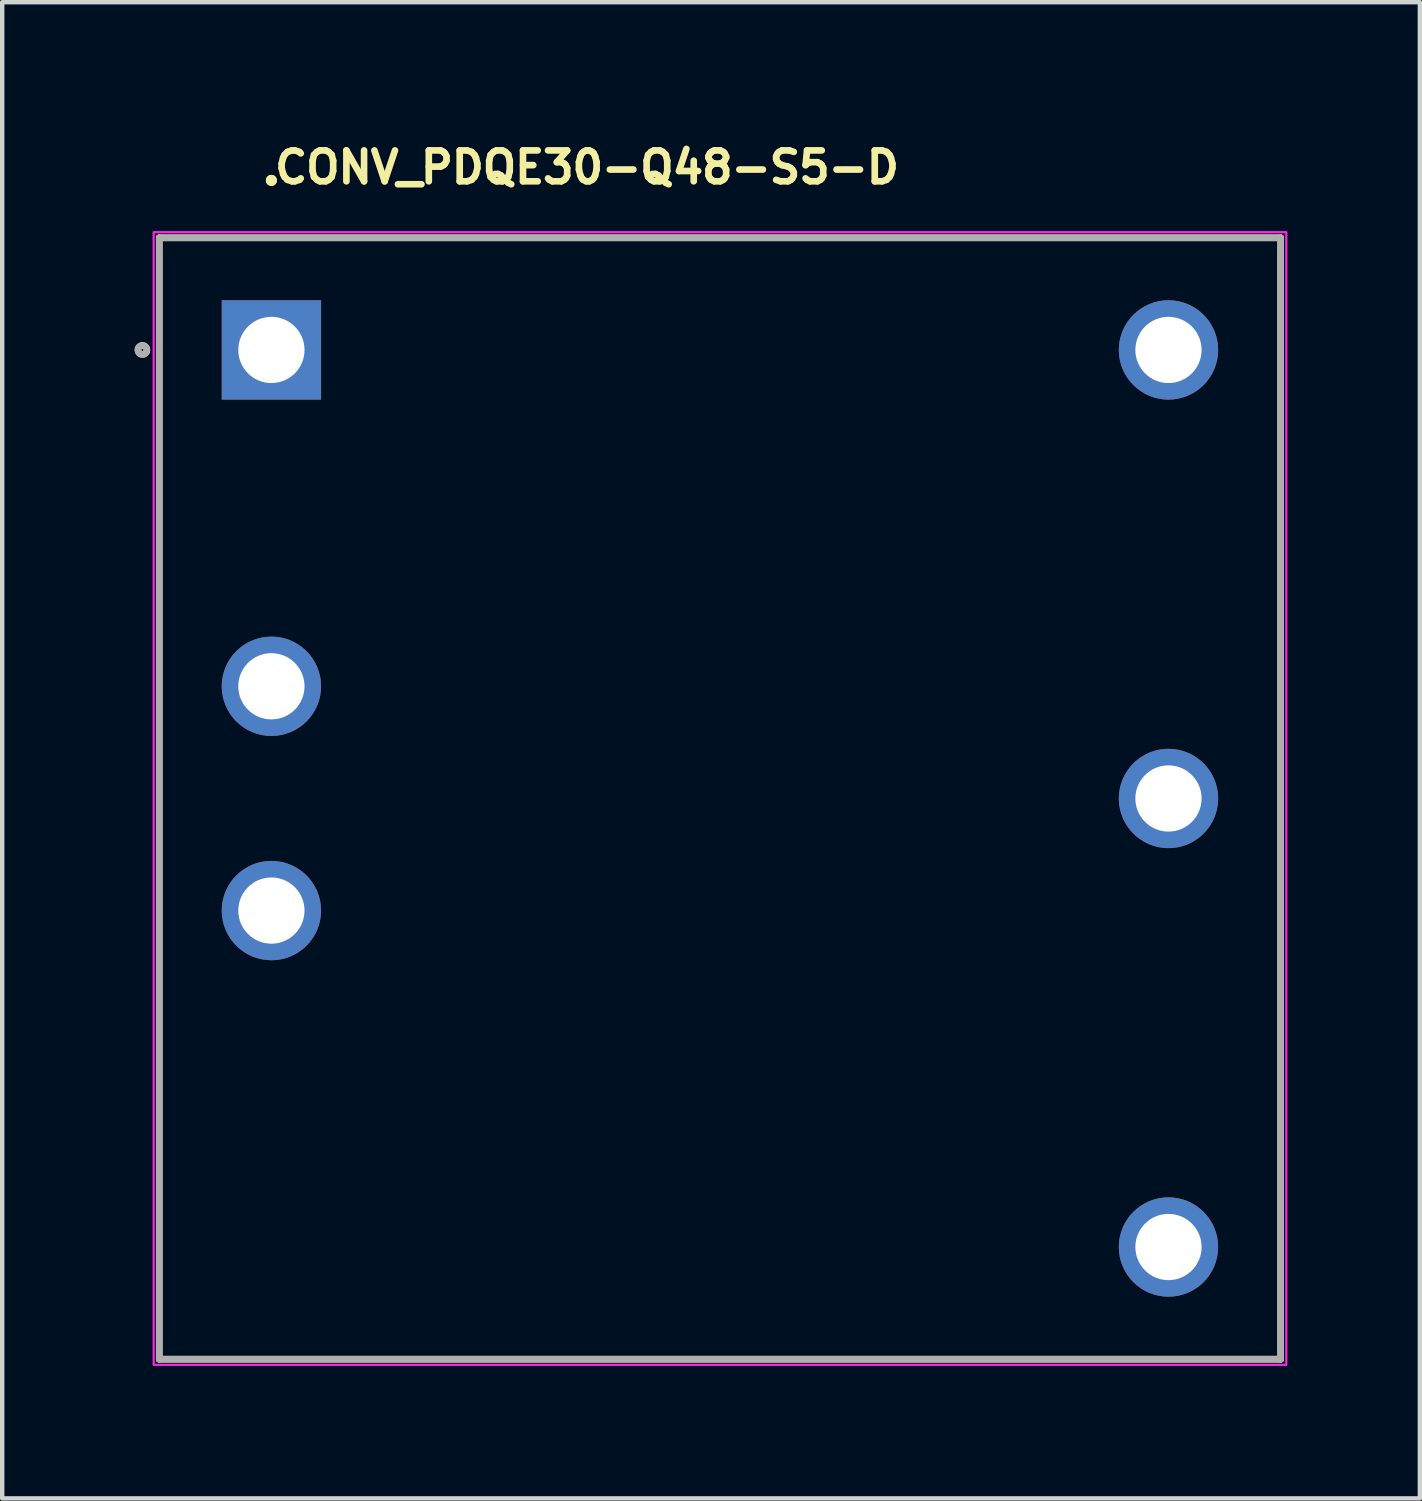
<source format=kicad_pcb>
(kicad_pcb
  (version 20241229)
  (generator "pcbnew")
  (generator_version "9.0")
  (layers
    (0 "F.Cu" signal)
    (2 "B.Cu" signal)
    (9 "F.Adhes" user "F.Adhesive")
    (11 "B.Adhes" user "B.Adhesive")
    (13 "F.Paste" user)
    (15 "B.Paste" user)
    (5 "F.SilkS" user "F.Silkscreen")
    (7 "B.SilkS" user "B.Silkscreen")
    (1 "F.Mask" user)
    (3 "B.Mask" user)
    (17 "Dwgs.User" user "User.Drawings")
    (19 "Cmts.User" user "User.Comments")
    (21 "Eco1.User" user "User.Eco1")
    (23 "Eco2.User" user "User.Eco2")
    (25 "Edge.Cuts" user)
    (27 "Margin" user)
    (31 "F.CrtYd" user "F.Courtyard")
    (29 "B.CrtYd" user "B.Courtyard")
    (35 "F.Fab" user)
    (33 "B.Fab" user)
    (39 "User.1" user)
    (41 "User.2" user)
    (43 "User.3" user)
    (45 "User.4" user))
  (footprint "CONV_PDQE30-Q48-S5-D"
    (layer "F.Cu")
    (at 3.097 4.876)
    (property "Reference" "CONV_PDQE30-Q48-S5-D" (at 0 -3.726 0) (layer "F.SilkS") (effects (font (size 0.7 0.7) (thickness 0.15)) (justify left bottom)))
    (attr through_hole)
    (fp_line (start -2.54 -2.54) (end 22.859 -2.54) (stroke (width 0.15) (type solid)) (layer "F.SilkS"))
    (fp_line (start -2.54 22.859) (end -2.54 -2.54) (stroke (width 0.15) (type solid)) (layer "F.SilkS"))
    (fp_line (start 22.859 -2.54) (end 22.859 22.859) (stroke (width 0.15) (type solid)) (layer "F.SilkS"))
    (fp_line (start 22.859 22.859) (end -2.54 22.859) (stroke (width 0.15) (type solid)) (layer "F.SilkS"))
    (fp_circle (center -2.921 0) (end -2.82 0) (stroke (width 0.15) (type solid)) (fill no) (layer "F.SilkS"))
    (fp_circle (center 0 -3.84) (end 0.05 -3.84) (stroke (width 0.15) (type solid)) (fill yes) (layer "F.SilkS"))
    (fp_circle (center 0 -3.84) (end 0.05 -3.84) (stroke (width 0.15) (type solid)) (fill yes) (layer "F.SilkS"))
    (fp_rect (start -2.667 -2.667) (end 22.987 22.987) (stroke (width 0.05) (type solid)) (fill no) (layer "F.CrtYd"))
    (fp_line (start -2.54 -2.54) (end 22.859 -2.54) (stroke (width 0.15) (type solid)) (layer "F.Fab"))
    (fp_line (start -2.54 22.859) (end -2.54 -2.54) (stroke (width 0.15) (type solid)) (layer "F.Fab"))
    (fp_line (start 22.859 -2.54) (end 22.859 22.859) (stroke (width 0.15) (type solid)) (layer "F.Fab"))
    (fp_line (start 22.859 22.859) (end -2.54 22.859) (stroke (width 0.15) (type solid)) (layer "F.Fab"))
    (fp_circle (center -2.921 0) (end -2.82 0) (stroke (width 0.15) (type solid)) (fill no) (layer "F.Fab"))
    (fp_rect (start -2.54 -2.54) (end 22.859 22.859) (stroke (width 0.1) (type solid)) (fill no) (layer "User.5"))
    (fp_rect (start -2.54 -2.54) (end 22.859 22.859) (stroke (width 0.1) (type solid)) (fill no) (layer "User.5"))
    (fp_rect (start -2.54 -2.54) (end 22.859 22.859) (stroke (width 0.1) (type solid)) (fill no) (layer "User.5"))
    (fp_line (start -2.54 -2.182) (end -2.54 -2.161) (stroke (width 0.02) (type solid)) (layer "User.9"))
    (fp_line (start -2.54 -2.161) (end -2.54 -2.141) (stroke (width 0.02) (type solid)) (layer "User.9"))
    (fp_line (start -2.54 22.46) (end -2.54 -2.141) (stroke (width 0.02) (type solid)) (layer "User.9"))
    (fp_line (start -2.54 22.46) (end -2.54 22.478) (stroke (width 0.02) (type solid)) (layer "User.9"))
    (fp_line (start -2.54 22.478) (end -2.54 22.498) (stroke (width 0.02) (type solid)) (layer "User.9"))
    (fp_line (start -2.54 22.498) (end -2.536 22.518) (stroke (width 0.02) (type solid)) (layer "User.9"))
    (fp_line (start -2.536 -2.202) (end -2.54 -2.182) (stroke (width 0.02) (type solid)) (layer "User.9"))
    (fp_line (start -2.536 22.518) (end -2.532 22.539) (stroke (width 0.02) (type solid)) (layer "User.9"))
    (fp_line (start -2.532 -2.222) (end -2.536 -2.202) (stroke (width 0.02) (type solid)) (layer "User.9"))
    (fp_line (start -2.532 22.539) (end -2.528 22.559) (stroke (width 0.02) (type solid)) (layer "User.9"))
    (fp_line (start -2.528 -2.242) (end -2.532 -2.222) (stroke (width 0.02) (type solid)) (layer "User.9"))
    (fp_line (start -2.528 22.559) (end -2.524 22.577) (stroke (width 0.02) (type solid)) (layer "User.9"))
    (fp_line (start -2.524 -2.259) (end -2.528 -2.242) (stroke (width 0.02) (type solid)) (layer "User.9"))
    (fp_line (start -2.524 22.577) (end -2.516 22.597) (stroke (width 0.02) (type solid)) (layer "User.9"))
    (fp_line (start -2.516 -2.278) (end -2.524 -2.259) (stroke (width 0.02) (type solid)) (layer "User.9"))
    (fp_line (start -2.516 22.597) (end -2.509 22.614) (stroke (width 0.02) (type solid)) (layer "User.9"))
    (fp_line (start -2.509 -2.298) (end -2.516 -2.278) (stroke (width 0.02) (type solid)) (layer "User.9"))
    (fp_line (start -2.509 22.614) (end -2.501 22.632) (stroke (width 0.02) (type solid)) (layer "User.9"))
    (fp_line (start -2.501 -2.315) (end -2.509 -2.298) (stroke (width 0.02) (type solid)) (layer "User.9"))
    (fp_line (start -2.501 22.632) (end -2.492 22.649) (stroke (width 0.02) (type solid)) (layer "User.9"))
    (fp_line (start -2.492 -2.331) (end -2.501 -2.315) (stroke (width 0.02) (type solid)) (layer "User.9"))
    (fp_line (start -2.492 22.649) (end -2.484 22.667) (stroke (width 0.02) (type solid)) (layer "User.9"))
    (fp_line (start -2.484 -2.348) (end -2.492 -2.331) (stroke (width 0.02) (type solid)) (layer "User.9"))
    (fp_line (start -2.484 22.667) (end -2.472 22.681) (stroke (width 0.02) (type solid)) (layer "User.9"))
    (fp_line (start -2.472 -2.364) (end -2.484 -2.348) (stroke (width 0.02) (type solid)) (layer "User.9"))
    (fp_line (start -2.472 22.681) (end -2.461 22.699) (stroke (width 0.02) (type solid)) (layer "User.9"))
    (fp_line (start -2.461 -2.38) (end -2.472 -2.364) (stroke (width 0.02) (type solid)) (layer "User.9"))
    (fp_line (start -2.461 22.699) (end -2.449 22.713) (stroke (width 0.02) (type solid)) (layer "User.9"))
    (fp_line (start -2.449 -2.395) (end -2.461 -2.38) (stroke (width 0.02) (type solid)) (layer "User.9"))
    (fp_line (start -2.449 22.713) (end -2.437 22.728) (stroke (width 0.02) (type solid)) (layer "User.9"))
    (fp_line (start -2.437 -2.411) (end -2.449 -2.395) (stroke (width 0.02) (type solid)) (layer "User.9"))
    (fp_line (start -2.437 22.728) (end -2.423 22.742) (stroke (width 0.02) (type solid)) (layer "User.9"))
    (fp_line (start -2.423 -2.423) (end -2.437 -2.411) (stroke (width 0.02) (type solid)) (layer "User.9"))
    (fp_line (start -2.423 22.742) (end -2.411 22.754) (stroke (width 0.02) (type solid)) (layer "User.9"))
    (fp_line (start -2.411 -2.437) (end -2.423 -2.423) (stroke (width 0.02) (type solid)) (layer "User.9"))
    (fp_line (start -2.411 22.754) (end -2.395 22.768) (stroke (width 0.02) (type solid)) (layer "User.9"))
    (fp_line (start -2.395 -2.449) (end -2.411 -2.437) (stroke (width 0.02) (type solid)) (layer "User.9"))
    (fp_line (start -2.395 22.768) (end -2.38 22.78) (stroke (width 0.02) (type solid)) (layer "User.9"))
    (fp_line (start -2.38 -2.461) (end -2.395 -2.449) (stroke (width 0.02) (type solid)) (layer "User.9"))
    (fp_line (start -2.38 22.78) (end -2.364 22.789) (stroke (width 0.02) (type solid)) (layer "User.9"))
    (fp_line (start -2.364 -2.472) (end -2.38 -2.461) (stroke (width 0.02) (type solid)) (layer "User.9"))
    (fp_line (start -2.364 22.789) (end -2.348 22.8) (stroke (width 0.02) (type solid)) (layer "User.9"))
    (fp_line (start -2.348 -2.484) (end -2.364 -2.472) (stroke (width 0.02) (type solid)) (layer "User.9"))
    (fp_line (start -2.348 22.8) (end -2.331 22.809) (stroke (width 0.02) (type solid)) (layer "User.9"))
    (fp_line (start -2.331 -2.492) (end -2.348 -2.484) (stroke (width 0.02) (type solid)) (layer "User.9"))
    (fp_line (start -2.331 22.809) (end -2.315 22.818) (stroke (width 0.02) (type solid)) (layer "User.9"))
    (fp_line (start -2.315 -2.501) (end -2.331 -2.492) (stroke (width 0.02) (type solid)) (layer "User.9"))
    (fp_line (start -2.315 22.818) (end -2.298 22.827) (stroke (width 0.02) (type solid)) (layer "User.9"))
    (fp_line (start -2.298 -2.509) (end -2.315 -2.501) (stroke (width 0.02) (type solid)) (layer "User.9"))
    (fp_line (start -2.298 22.827) (end -2.278 22.835) (stroke (width 0.02) (type solid)) (layer "User.9"))
    (fp_line (start -2.278 -2.516) (end -2.298 -2.509) (stroke (width 0.02) (type solid)) (layer "User.9"))
    (fp_line (start -2.278 22.835) (end -2.259 22.841) (stroke (width 0.02) (type solid)) (layer "User.9"))
    (fp_line (start -2.259 -2.524) (end -2.278 -2.516) (stroke (width 0.02) (type solid)) (layer "User.9"))
    (fp_line (start -2.259 22.841) (end -2.242 22.847) (stroke (width 0.02) (type solid)) (layer "User.9"))
    (fp_line (start -2.242 -2.528) (end -2.259 -2.524) (stroke (width 0.02) (type solid)) (layer "User.9"))
    (fp_line (start -2.242 22.847) (end -2.222 22.85) (stroke (width 0.02) (type solid)) (layer "User.9"))
    (fp_line (start -2.222 -2.532) (end -2.242 -2.528) (stroke (width 0.02) (type solid)) (layer "User.9"))
    (fp_line (start -2.222 22.85) (end -2.202 22.853) (stroke (width 0.02) (type solid)) (layer "User.9"))
    (fp_line (start -2.202 -2.536) (end -2.222 -2.532) (stroke (width 0.02) (type solid)) (layer "User.9"))
    (fp_line (start -2.202 22.853) (end -2.182 22.856) (stroke (width 0.02) (type solid)) (layer "User.9"))
    (fp_line (start -2.182 -2.54) (end -2.202 -2.536) (stroke (width 0.02) (type solid)) (layer "User.9"))
    (fp_line (start -2.182 22.856) (end -2.161 22.859) (stroke (width 0.02) (type solid)) (layer "User.9"))
    (fp_line (start -2.161 -2.54) (end -2.182 -2.54) (stroke (width 0.02) (type solid)) (layer "User.9"))
    (fp_line (start -2.161 22.859) (end -2.141 22.859) (stroke (width 0.02) (type solid)) (layer "User.9"))
    (fp_line (start -2.141 -2.54) (end -2.161 -2.54) (stroke (width 0.02) (type solid)) (layer "User.9"))
    (fp_line (start -2.141 -2.54) (end 22.46 -2.54) (stroke (width 0.02) (type solid)) (layer "User.9"))
    (fp_line (start 22.46 -2.54) (end 22.478 -2.54) (stroke (width 0.02) (type solid)) (layer "User.9"))
    (fp_line (start 22.46 22.859) (end -2.141 22.859) (stroke (width 0.02) (type solid)) (layer "User.9"))
    (fp_line (start 22.46 22.859) (end 22.478 22.859) (stroke (width 0.02) (type solid)) (layer "User.9"))
    (fp_line (start 22.478 -2.54) (end 22.498 -2.54) (stroke (width 0.02) (type solid)) (layer "User.9"))
    (fp_line (start 22.478 22.859) (end 22.498 22.856) (stroke (width 0.02) (type solid)) (layer "User.9"))
    (fp_line (start 22.498 -2.54) (end 22.518 -2.536) (stroke (width 0.02) (type solid)) (layer "User.9"))
    (fp_line (start 22.498 22.856) (end 22.518 22.853) (stroke (width 0.02) (type solid)) (layer "User.9"))
    (fp_line (start 22.518 -2.536) (end 22.539 -2.532) (stroke (width 0.02) (type solid)) (layer "User.9"))
    (fp_line (start 22.518 22.853) (end 22.539 22.85) (stroke (width 0.02) (type solid)) (layer "User.9"))
    (fp_line (start 22.539 -2.532) (end 22.559 -2.528) (stroke (width 0.02) (type solid)) (layer "User.9"))
    (fp_line (start 22.539 22.85) (end 22.559 22.847) (stroke (width 0.02) (type solid)) (layer "User.9"))
    (fp_line (start 22.559 -2.528) (end 22.577 -2.524) (stroke (width 0.02) (type solid)) (layer "User.9"))
    (fp_line (start 22.559 22.847) (end 22.577 22.841) (stroke (width 0.02) (type solid)) (layer "User.9"))
    (fp_line (start 22.577 -2.524) (end 22.597 -2.516) (stroke (width 0.02) (type solid)) (layer "User.9"))
    (fp_line (start 22.577 22.841) (end 22.597 22.835) (stroke (width 0.02) (type solid)) (layer "User.9"))
    (fp_line (start 22.597 -2.516) (end 22.614 -2.509) (stroke (width 0.02) (type solid)) (layer "User.9"))
    (fp_line (start 22.597 22.835) (end 22.614 22.827) (stroke (width 0.02) (type solid)) (layer "User.9"))
    (fp_line (start 22.614 -2.509) (end 22.632 -2.501) (stroke (width 0.02) (type solid)) (layer "User.9"))
    (fp_line (start 22.614 22.827) (end 22.632 22.818) (stroke (width 0.02) (type solid)) (layer "User.9"))
    (fp_line (start 22.632 -2.501) (end 22.649 -2.492) (stroke (width 0.02) (type solid)) (layer "User.9"))
    (fp_line (start 22.632 22.818) (end 22.649 22.809) (stroke (width 0.02) (type solid)) (layer "User.9"))
    (fp_line (start 22.649 -2.492) (end 22.667 -2.484) (stroke (width 0.02) (type solid)) (layer "User.9"))
    (fp_line (start 22.649 22.809) (end 22.667 22.8) (stroke (width 0.02) (type solid)) (layer "User.9"))
    (fp_line (start 22.667 -2.484) (end 22.681 -2.472) (stroke (width 0.02) (type solid)) (layer "User.9"))
    (fp_line (start 22.667 22.8) (end 22.681 22.789) (stroke (width 0.02) (type solid)) (layer "User.9"))
    (fp_line (start 22.681 -2.472) (end 22.699 -2.461) (stroke (width 0.02) (type solid)) (layer "User.9"))
    (fp_line (start 22.681 22.789) (end 22.699 22.78) (stroke (width 0.02) (type solid)) (layer "User.9"))
    (fp_line (start 22.699 -2.461) (end 22.713 -2.449) (stroke (width 0.02) (type solid)) (layer "User.9"))
    (fp_line (start 22.699 22.78) (end 22.713 22.768) (stroke (width 0.02) (type solid)) (layer "User.9"))
    (fp_line (start 22.713 -2.449) (end 22.728 -2.437) (stroke (width 0.02) (type solid)) (layer "User.9"))
    (fp_line (start 22.713 22.768) (end 22.728 22.754) (stroke (width 0.02) (type solid)) (layer "User.9"))
    (fp_line (start 22.728 -2.437) (end 22.742 -2.423) (stroke (width 0.02) (type solid)) (layer "User.9"))
    (fp_line (start 22.728 22.754) (end 22.742 22.742) (stroke (width 0.02) (type solid)) (layer "User.9"))
    (fp_line (start 22.742 -2.423) (end 22.754 -2.411) (stroke (width 0.02) (type solid)) (layer "User.9"))
    (fp_line (start 22.742 22.742) (end 22.754 22.728) (stroke (width 0.02) (type solid)) (layer "User.9"))
    (fp_line (start 22.754 -2.411) (end 22.768 -2.395) (stroke (width 0.02) (type solid)) (layer "User.9"))
    (fp_line (start 22.754 22.728) (end 22.768 22.713) (stroke (width 0.02) (type solid)) (layer "User.9"))
    (fp_line (start 22.768 -2.395) (end 22.78 -2.38) (stroke (width 0.02) (type solid)) (layer "User.9"))
    (fp_line (start 22.768 22.713) (end 22.78 22.699) (stroke (width 0.02) (type solid)) (layer "User.9"))
    (fp_line (start 22.78 -2.38) (end 22.789 -2.364) (stroke (width 0.02) (type solid)) (layer "User.9"))
    (fp_line (start 22.78 22.699) (end 22.789 22.681) (stroke (width 0.02) (type solid)) (layer "User.9"))
    (fp_line (start 22.789 -2.364) (end 22.8 -2.348) (stroke (width 0.02) (type solid)) (layer "User.9"))
    (fp_line (start 22.789 22.681) (end 22.8 22.667) (stroke (width 0.02) (type solid)) (layer "User.9"))
    (fp_line (start 22.8 -2.348) (end 22.809 -2.331) (stroke (width 0.02) (type solid)) (layer "User.9"))
    (fp_line (start 22.8 22.667) (end 22.809 22.649) (stroke (width 0.02) (type solid)) (layer "User.9"))
    (fp_line (start 22.809 -2.331) (end 22.818 -2.315) (stroke (width 0.02) (type solid)) (layer "User.9"))
    (fp_line (start 22.809 22.649) (end 22.818 22.632) (stroke (width 0.02) (type solid)) (layer "User.9"))
    (fp_line (start 22.818 -2.315) (end 22.827 -2.298) (stroke (width 0.02) (type solid)) (layer "User.9"))
    (fp_line (start 22.818 22.632) (end 22.827 22.614) (stroke (width 0.02) (type solid)) (layer "User.9"))
    (fp_line (start 22.827 -2.298) (end 22.835 -2.278) (stroke (width 0.02) (type solid)) (layer "User.9"))
    (fp_line (start 22.827 22.614) (end 22.835 22.597) (stroke (width 0.02) (type solid)) (layer "User.9"))
    (fp_line (start 22.835 -2.278) (end 22.841 -2.259) (stroke (width 0.02) (type solid)) (layer "User.9"))
    (fp_line (start 22.835 22.597) (end 22.841 22.577) (stroke (width 0.02) (type solid)) (layer "User.9"))
    (fp_line (start 22.841 -2.259) (end 22.847 -2.242) (stroke (width 0.02) (type solid)) (layer "User.9"))
    (fp_line (start 22.841 22.577) (end 22.847 22.559) (stroke (width 0.02) (type solid)) (layer "User.9"))
    (fp_line (start 22.847 -2.242) (end 22.85 -2.222) (stroke (width 0.02) (type solid)) (layer "User.9"))
    (fp_line (start 22.847 22.559) (end 22.85 22.539) (stroke (width 0.02) (type solid)) (layer "User.9"))
    (fp_line (start 22.85 -2.222) (end 22.853 -2.202) (stroke (width 0.02) (type solid)) (layer "User.9"))
    (fp_line (start 22.85 22.539) (end 22.853 22.518) (stroke (width 0.02) (type solid)) (layer "User.9"))
    (fp_line (start 22.853 -2.202) (end 22.856 -2.182) (stroke (width 0.02) (type solid)) (layer "User.9"))
    (fp_line (start 22.853 22.518) (end 22.856 22.498) (stroke (width 0.02) (type solid)) (layer "User.9"))
    (fp_line (start 22.856 -2.182) (end 22.859 -2.161) (stroke (width 0.02) (type solid)) (layer "User.9"))
    (fp_line (start 22.856 22.498) (end 22.859 22.478) (stroke (width 0.02) (type solid)) (layer "User.9"))
    (fp_line (start 22.859 -2.161) (end 22.859 -2.141) (stroke (width 0.02) (type solid)) (layer "User.9"))
    (fp_line (start 22.859 -2.141) (end 22.859 22.46) (stroke (width 0.02) (type solid)) (layer "User.9"))
    (fp_line (start 22.859 22.478) (end 22.859 22.46) (stroke (width 0.02) (type solid)) (layer "User.9"))
    (pad "1" thru_hole rect (at 0 0) (size 2.25 2.25) (drill 1.5) (layers "*.Cu" "*.Mask"))
    (pad "2" thru_hole circle (at 0 7.618) (size 2.25 2.25) (drill 1.5) (layers "*.Cu" "*.Mask"))
    (pad "3" thru_hole circle (at 0 12.698) (size 2.25 2.25) (drill 1.5) (layers "*.Cu" "*.Mask"))
    (pad "4" thru_hole circle (at 20.318 20.318) (size 2.25 2.25) (drill 1.5) (layers "*.Cu" "*.Mask"))
    (pad "5" thru_hole circle (at 20.318 10.159) (size 2.25 2.25) (drill 1.5) (layers "*.Cu" "*.Mask"))
    (pad "6" thru_hole circle (at 20.318 0) (size 2.25 2.25) (drill 1.5) (layers "*.Cu" "*.Mask")))
  (gr_rect
    (start -3 -3)
    (end 29.109 30.888)
    (stroke (width 0.1) (type default))
    (fill no)
    (layer "Edge.Cuts")))
</source>
